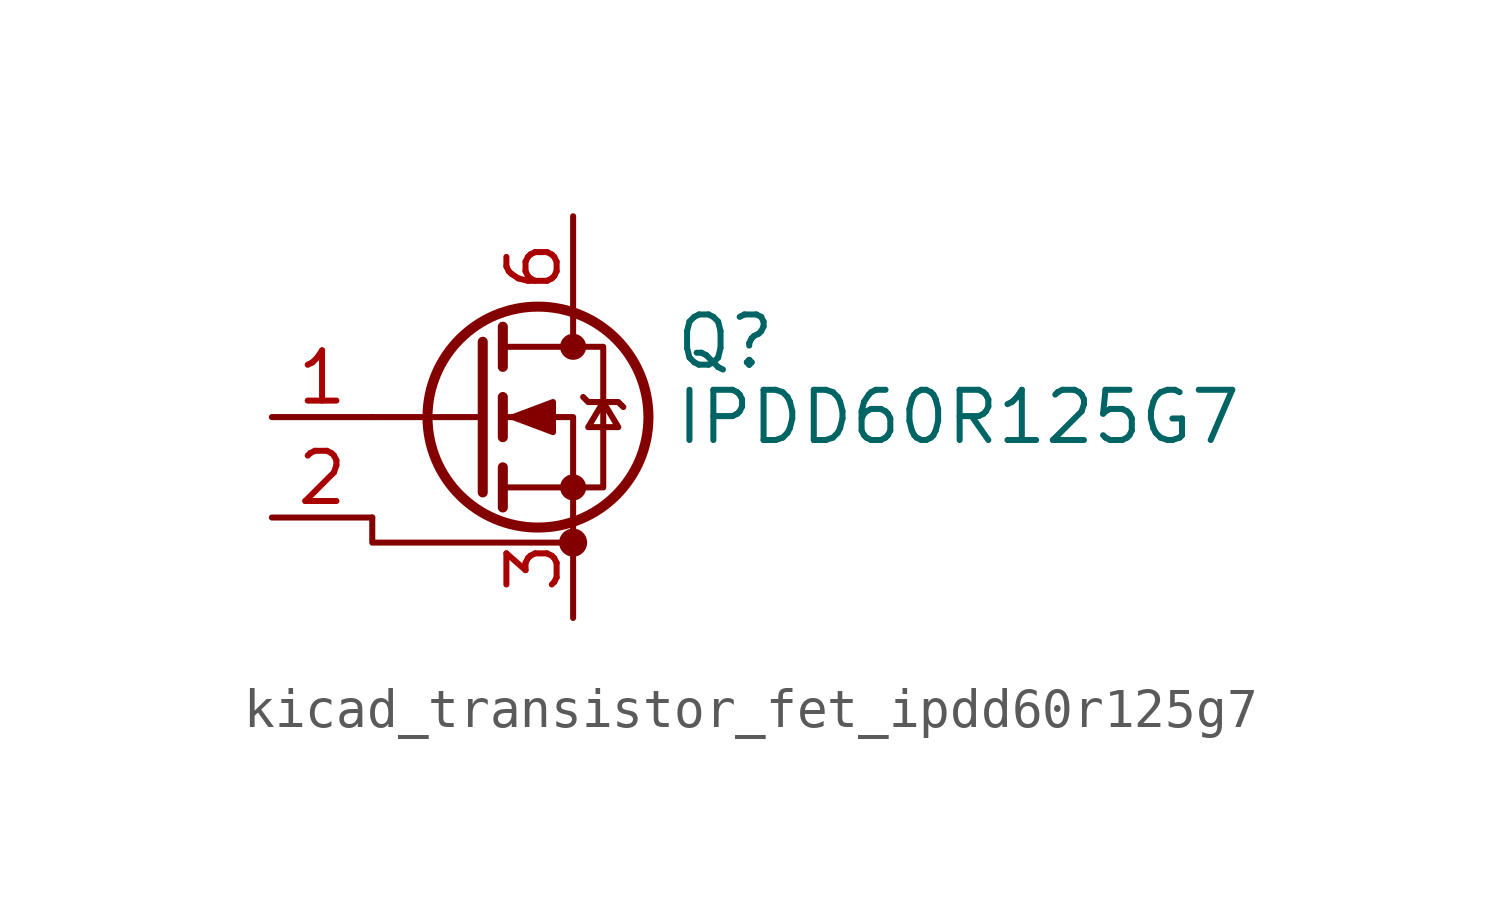
<source format=kicad_sym>
(kicad_symbol_lib
  (version 20220914)
  (generator kicad_symbol_editor)
  (symbol "kicad_transistor_fet_ipdd60r125g7"
    (pin_names hide)
    (property "Reference" "Q"
      (at 5.08 1.905 0)
      (effects (font (size 1.27 1.27)) (justify left)))
    (property "Value" "IPDD60R125G7"
      (at 5.08 0 0)
      (effects (font (size 1.27 1.27)) (justify left)))
    (symbol "kicad_transistor_fet_ipdd60r125g7_0_1"
      (polyline (pts (xy 0.254 0) (xy -2.54 0)) (stroke (width 0) (type default)) (fill (type none)))
      (polyline (pts (xy 0.254 1.905) (xy 0.254 -1.905)) (stroke (width 0.254) (type default)) (fill (type none)))
      (polyline (pts (xy 0.762 -1.27) (xy 0.762 -2.286)) (stroke (width 0.254) (type default)) (fill (type none)))
      (polyline (pts (xy 0.762 0.508) (xy 0.762 -0.508)) (stroke (width 0.254) (type default)) (fill (type none)))
      (polyline (pts (xy 0.762 2.286) (xy 0.762 1.27)) (stroke (width 0.254) (type default)) (fill (type none)))
      (polyline (pts (xy 2.54 2.54) (xy 2.54 1.778)) (stroke (width 0) (type default)) (fill (type none)))
      (polyline (pts (xy -2.54 -2.54) (xy -2.54 -3.175) (xy 2.54 -3.175)) (stroke (width 0) (type default)) (fill (type none)))
      (polyline (pts (xy 2.54 -2.54) (xy 2.54 0) (xy 0.762 0)) (stroke (width 0) (type default)) (fill (type none)))
      (polyline (pts (xy 0.762 -1.778) (xy 3.302 -1.778) (xy 3.302 1.778) (xy 0.762 1.778)) (stroke (width 0) (type default)) (fill (type none)))
      (polyline (pts (xy 1.016 0) (xy 2.032 0.381) (xy 2.032 -0.381) (xy 1.016 0)) (stroke (width 0) (type default)) (fill (type outline)))
      (polyline (pts (xy 2.794 0.508) (xy 2.921 0.381) (xy 3.683 0.381) (xy 3.81 0.254)) (stroke (width 0) (type default)) (fill (type none)))
      (polyline (pts (xy 3.302 0.381) (xy 2.921 -0.254) (xy 3.683 -0.254) (xy 3.302 0.381)) (stroke (width 0) (type default)) (fill (type none)))
      (circle (center 1.651 0) (radius 2.794) (stroke (width 0.254) (type default)) (fill (type none)))
      (circle (center 2.54 -3.175) (radius 0.279) (stroke (width 0) (type default)) (fill (type outline)))
      (circle (center 2.54 -1.778) (radius 0.254) (stroke (width 0) (type default)) (fill (type outline)))
      (circle (center 2.54 1.778) (radius 0.254) (stroke (width 0) (type default)) (fill (type outline))))
    (symbol "kicad_transistor_fet_ipdd60r125g7_1_1"
      (pin input line (at -5.08 0 0) (length 2.54) (name "G" (effects (font (size 1.27 1.27)))) (number "1" (effects (font (size 1.27 1.27)))))
      (pin passive line (at 2.54 5.08 270) (length 2.54) hide (name "D" (effects (font (size 1.27 1.27)))) (number "10" (effects (font (size 1.27 1.27)))))
      (pin passive line (at -5.08 -2.54 0) (length 2.54) (name "DS" (effects (font (size 1.27 1.27)))) (number "2" (effects (font (size 1.27 1.27)))))
      (pin passive line (at 2.54 -5.08 90) (length 2.54) (name "PS" (effects (font (size 1.27 1.27)))) (number "3" (effects (font (size 1.27 1.27)))))
      (pin passive line (at 2.54 -5.08 90) (length 2.54) hide (name "PS" (effects (font (size 1.27 1.27)))) (number "4" (effects (font (size 1.27 1.27)))))
      (pin passive line (at 2.54 -5.08 90) (length 2.54) hide (name "PS" (effects (font (size 1.27 1.27)))) (number "5" (effects (font (size 1.27 1.27)))))
      (pin passive line (at 2.54 5.08 270) (length 2.54) (name "D" (effects (font (size 1.27 1.27)))) (number "6" (effects (font (size 1.27 1.27)))))
      (pin passive line (at 2.54 5.08 270) (length 2.54) hide (name "D" (effects (font (size 1.27 1.27)))) (number "7" (effects (font (size 1.27 1.27)))))
      (pin passive line (at 2.54 5.08 270) (length 2.54) hide (name "D" (effects (font (size 1.27 1.27)))) (number "8" (effects (font (size 1.27 1.27)))))
      (pin passive line (at 2.54 5.08 270) (length 2.54) hide (name "D" (effects (font (size 1.27 1.27)))) (number "9" (effects (font (size 1.27 1.27))))))))
</source>
